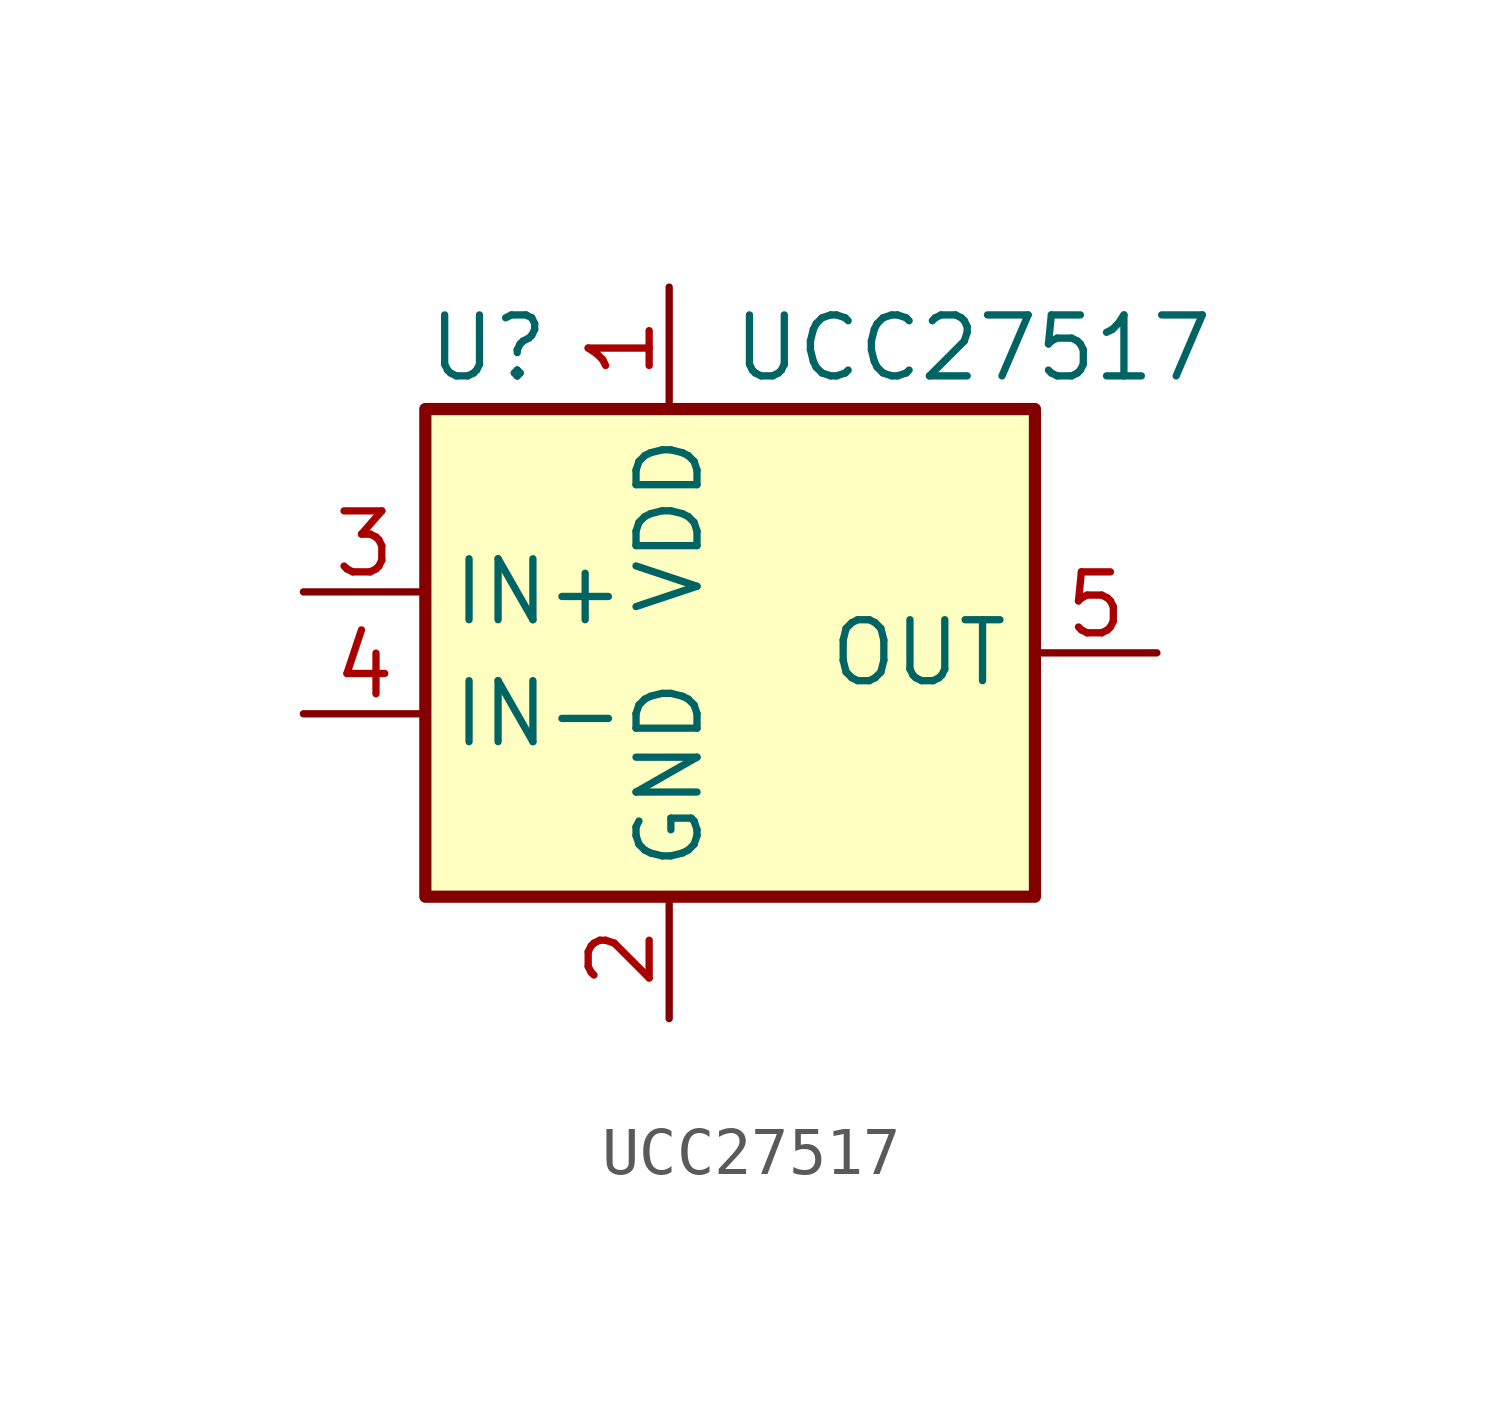
<source format=kicad_sym>
(kicad_symbol_lib
  (version 20220914)
  (generator kicad_symbol_editor)
  (symbol "UCC27517"
    (property "Reference" "U"
      (at -5.08 6.35 0)
      (effects (font (size 1.27 1.27)) (justify left)))
    (property "Value" "UCC27517"
      (at 1.27 6.35 0)
      (effects (font (size 1.27 1.27)) (justify left)))
    (symbol "UCC27517_0_1"
      (rectangle (start -5.08 5.08) (end 7.62 -5.08) (stroke (width 0.254) (type default)) (fill (type background))))
    (symbol "UCC27517_1_1"
      (pin power_in line (at 0 7.62 270) (length 2.54) (name "VDD" (effects (font (size 1.27 1.27)))) (number "1" (effects (font (size 1.27 1.27)))))
      (pin power_in line (at 0 -7.62 90) (length 2.54) (name "GND" (effects (font (size 1.27 1.27)))) (number "2" (effects (font (size 1.27 1.27)))))
      (pin input line (at -7.62 1.27 0) (length 2.54) (name "IN+" (effects (font (size 1.27 1.27)))) (number "3" (effects (font (size 1.27 1.27)))))
      (pin input line (at -7.62 -1.27 0) (length 2.54) (name "IN-" (effects (font (size 1.27 1.27)))) (number "4" (effects (font (size 1.27 1.27)))))
      (pin output line (at 10.16 0 180) (length 2.54) (name "OUT" (effects (font (size 1.27 1.27)))) (number "5" (effects (font (size 1.27 1.27))))))))
</source>
